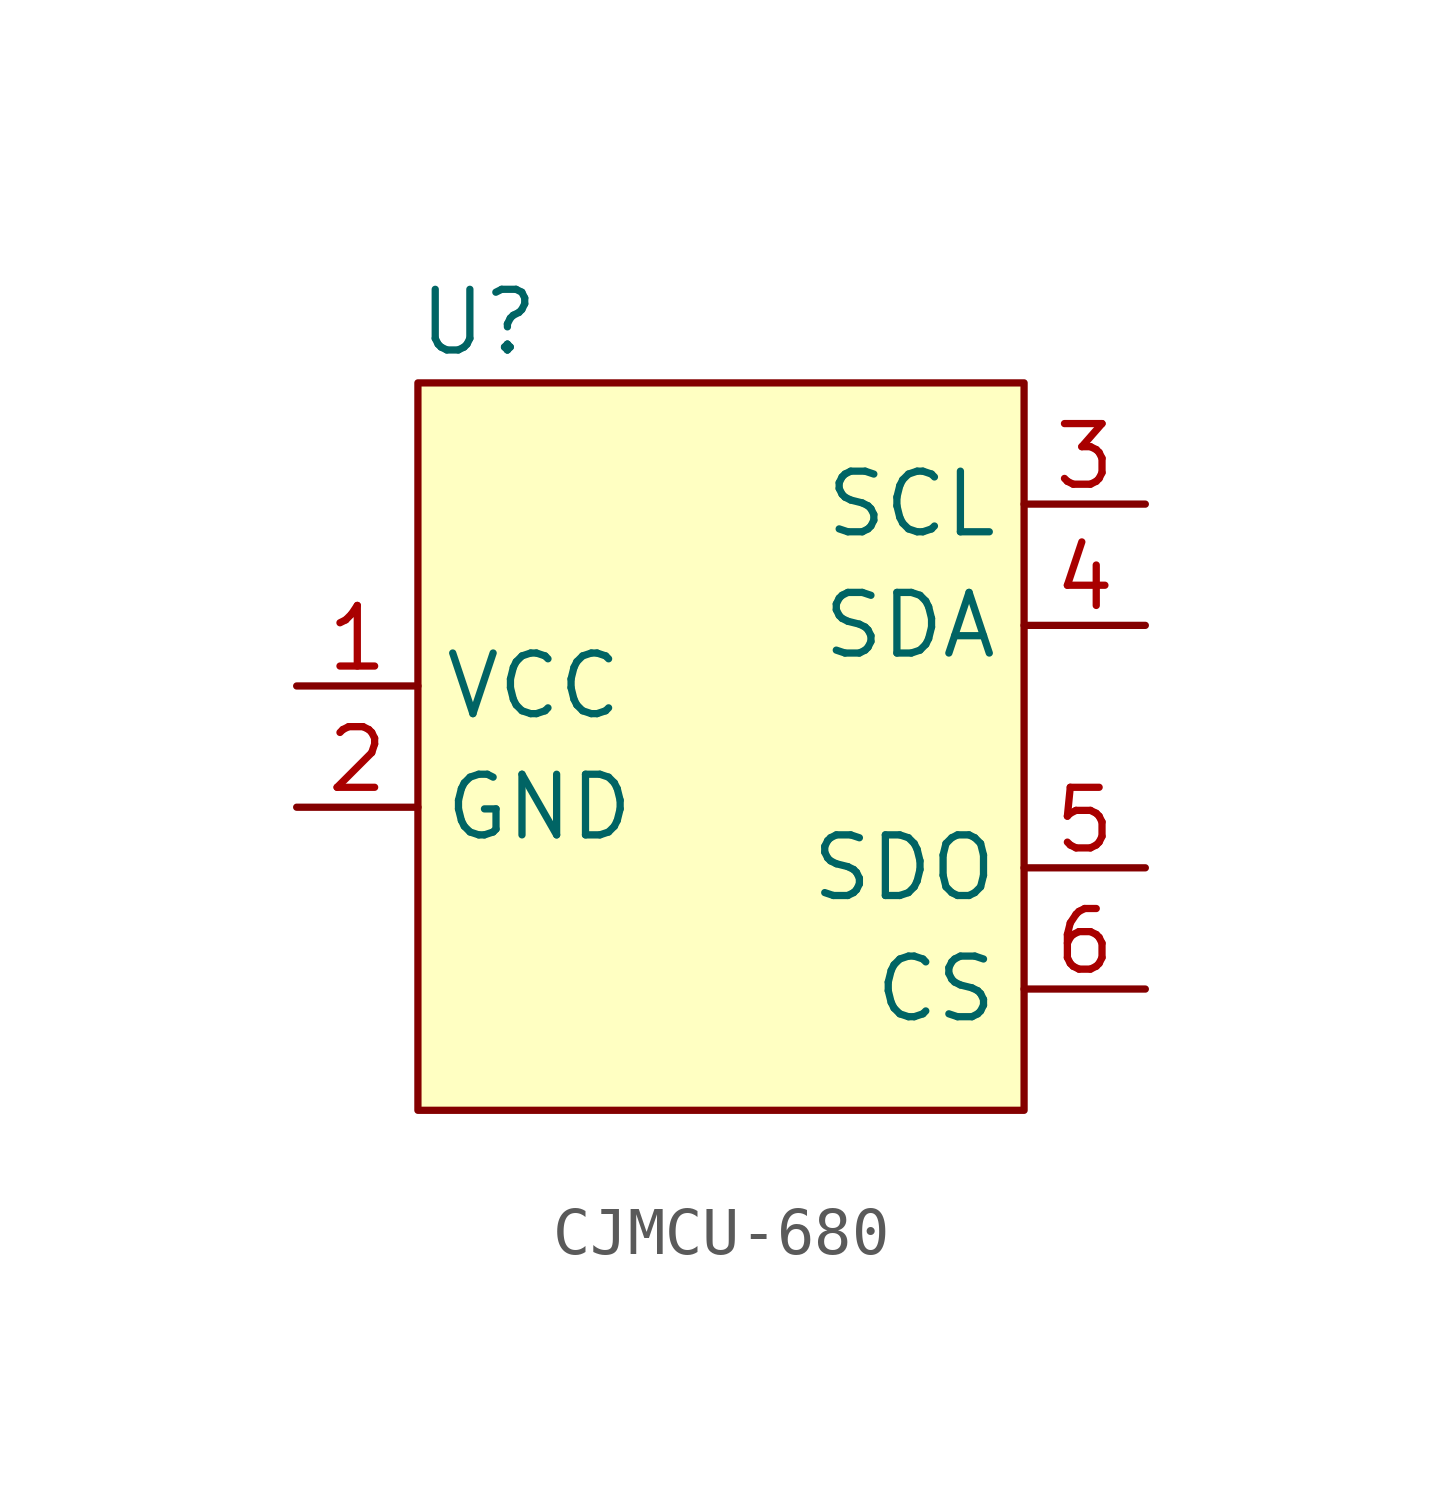
<source format=kicad_sym>
(kicad_symbol_lib
  (version 20220914)
  (generator kicad_symbol_editor)
  (symbol "CJMCU-680"
    (property "Reference" "U"
      (at -5.08 8.89 0)
      (effects (font (size 1.27 1.27))))
    (property "Value" ""
      (at 2.54 1.27 0)
      (effects (font (size 1.27 1.27))))
    (symbol "CJMCU-680_0_1"
      (rectangle (start -6.35 7.62) (end 6.35 -7.62) (stroke (width 0) (type default)) (fill (type background))))
    (symbol "CJMCU-680_1_1"
      (pin power_in line (at -8.89 1.27 0) (length 2.54) (name "VCC" (effects (font (size 1.27 1.27)))) (number "1" (effects (font (size 1.27 1.27)))))
      (pin power_in line (at -8.89 -1.27 0) (length 2.54) (name "GND" (effects (font (size 1.27 1.27)))) (number "2" (effects (font (size 1.27 1.27)))))
      (pin input line (at 8.89 5.08 180) (length 2.54) (name "SCL" (effects (font (size 1.27 1.27)))) (number "3" (effects (font (size 1.27 1.27)))))
      (pin bidirectional line (at 8.89 2.54 180) (length 2.54) (name "SDA" (effects (font (size 1.27 1.27)))) (number "4" (effects (font (size 1.27 1.27)))))
      (pin output line (at 8.89 -2.54 180) (length 2.54) (name "SDO" (effects (font (size 1.27 1.27)))) (number "5" (effects (font (size 1.27 1.27)))))
      (pin input line (at 8.89 -5.08 180) (length 2.54) (name "CS" (effects (font (size 1.27 1.27)))) (number "6" (effects (font (size 1.27 1.27))))))))
</source>
